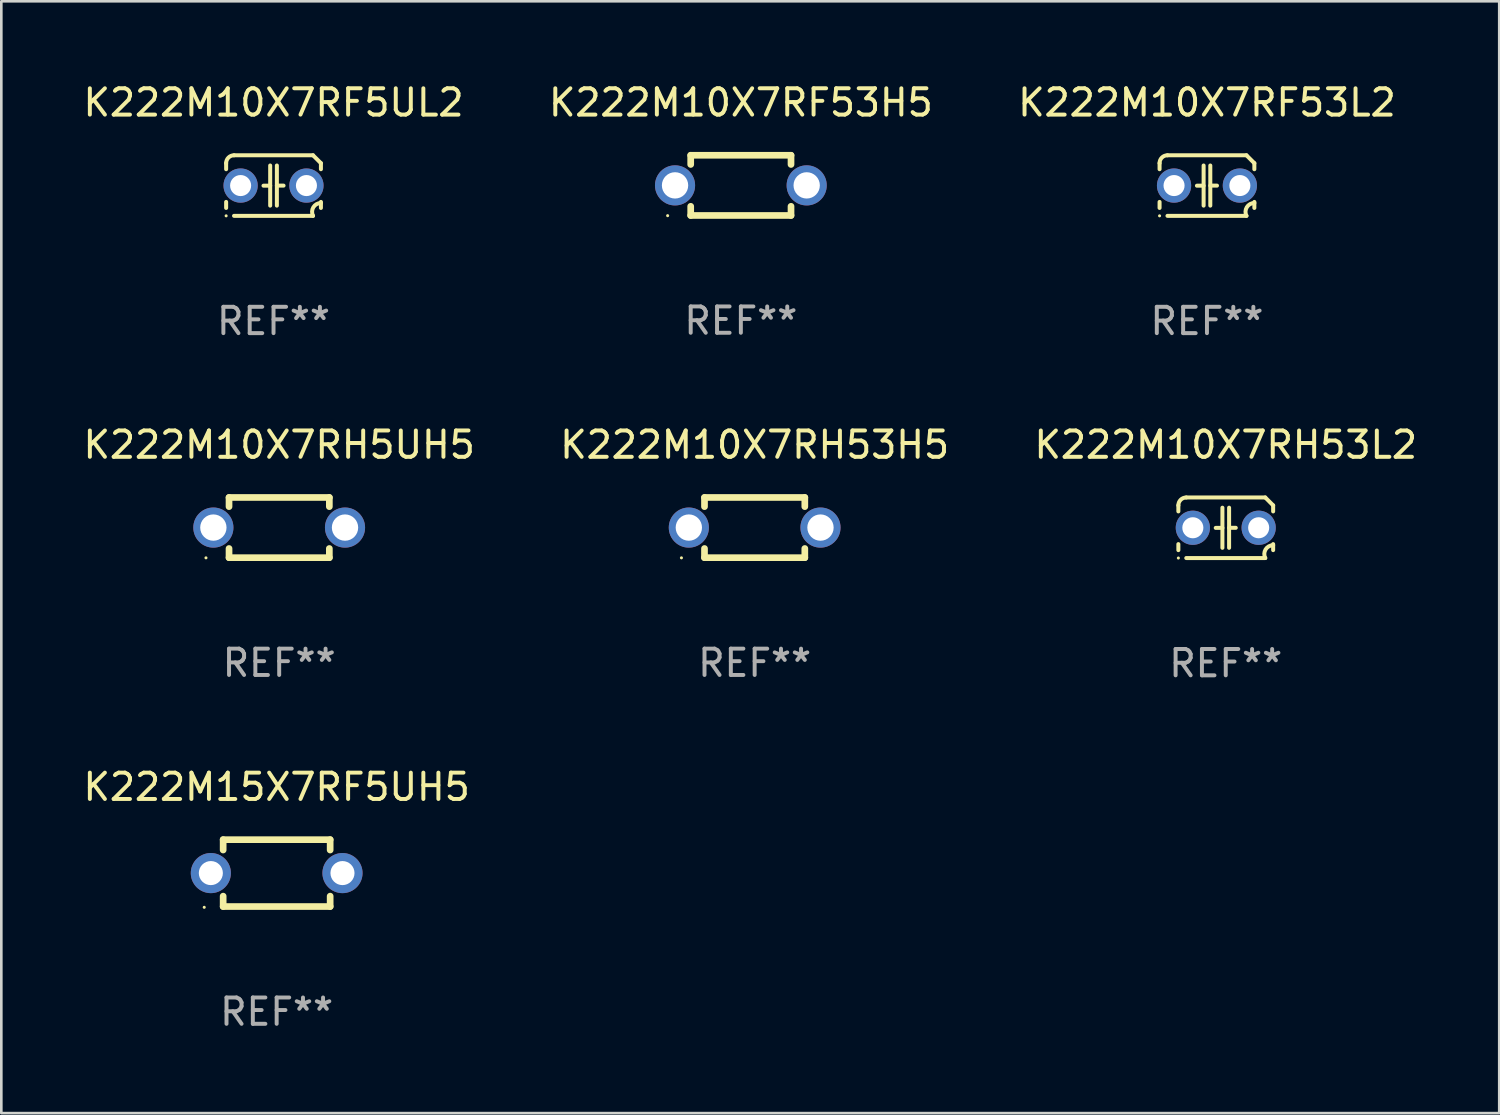
<source format=kicad_pcb>
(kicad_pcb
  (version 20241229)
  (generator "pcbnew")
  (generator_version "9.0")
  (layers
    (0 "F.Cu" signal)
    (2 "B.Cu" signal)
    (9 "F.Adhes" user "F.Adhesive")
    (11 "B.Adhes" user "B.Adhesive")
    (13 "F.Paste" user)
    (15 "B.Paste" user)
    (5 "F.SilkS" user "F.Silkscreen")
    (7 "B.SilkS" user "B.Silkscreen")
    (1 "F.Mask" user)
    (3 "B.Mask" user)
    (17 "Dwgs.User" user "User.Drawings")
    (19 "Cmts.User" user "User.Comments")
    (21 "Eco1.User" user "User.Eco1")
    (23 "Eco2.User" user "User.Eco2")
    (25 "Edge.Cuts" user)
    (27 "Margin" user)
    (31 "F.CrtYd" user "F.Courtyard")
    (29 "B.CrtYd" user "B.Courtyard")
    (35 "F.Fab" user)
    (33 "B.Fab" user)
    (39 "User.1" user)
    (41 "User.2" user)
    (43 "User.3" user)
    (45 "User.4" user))
  (footprint "K222M10X7RF5UL2"
    (layer "F.Cu")
    (at 7.339 3.998)
    (property "Reference" "K222M10X7RF5UL2" (at 0 -3.15 0) (layer "F.SilkS") (effects (font (size 1 1) (thickness 0.15))))
    (attr through_hole)
    (fp_line (start -1.8 -0.621) (end -1.8 -0.85) (stroke (width 0.152) (type solid)) (layer "F.SilkS"))
    (fp_line (start -1.8 0.85) (end -1.8 0.621) (stroke (width 0.152) (type solid)) (layer "F.SilkS"))
    (fp_line (start -1.5 -1.15) (end 1.5 -1.15) (stroke (width 0.152) (type solid)) (layer "F.SilkS"))
    (fp_line (start -0.127 -0.762) (end -0.127 0.762) (stroke (width 0.152) (type solid)) (layer "F.SilkS"))
    (fp_line (start -0.127 0.005) (end -0.381 0.005) (stroke (width 0.152) (type solid)) (layer "F.SilkS"))
    (fp_line (start 0.127 -0.762) (end 0.127 0.762) (stroke (width 0.152) (type solid)) (layer "F.SilkS"))
    (fp_line (start 0.127 0.002) (end 0.381 0.002) (stroke (width 0.152) (type solid)) (layer "F.SilkS"))
    (fp_line (start 1.5 1.15) (end -1.5 1.15) (stroke (width 0.152) (type solid)) (layer "F.SilkS"))
    (fp_line (start 1.8 -0.85) (end 1.8 -0.621) (stroke (width 0.152) (type solid)) (layer "F.SilkS"))
    (fp_line (start 1.8 0.621) (end 1.8 0.85) (stroke (width 0.152) (type solid)) (layer "F.SilkS"))
    (fp_arc (start -1.799975 -0.849987) (mid -1.712107 -1.062119) (end -1.499975 -1.149987) (stroke (width 0.151994) (type solid)) (layer "F.SilkS"))
    (fp_arc (start 1.499975 1.149987) (mid 1.513726 0.822359) (end 1.799975 0.662387) (stroke (width 0.151994) (type solid)) (layer "F.SilkS"))
    (fp_arc (start 1.500001 -1.149986) (mid 1.650015 -1.000001) (end 1.8 -0.849987) (stroke (width 0.151994) (type solid)) (layer "F.SilkS"))
    (fp_circle (center -1.8 1.15) (end -1.77 1.15) (stroke (width 0.06) (type solid)) (fill no) (layer "F.SilkS"))
    (fp_text user "REF**" (at 0 5.15 0) (layer "F.Fab") (effects (font (size 1 1) (thickness 0.15))))
    (pad "1" thru_hole circle (at -1.25 0) (size 1.3 1.3) (drill 0.8) (layers "*.Cu" "*.Mask"))
    (pad "2" thru_hole circle (at 1.25 0) (size 1.3 1.3) (drill 0.8) (layers "*.Cu" "*.Mask")))
  (footprint "K222M15X7RF5UH5"
    (layer "F.Cu")
    (at 7.458 30.111)
    (property "Reference" "K222M15X7RF5UH5" (at 0 -3.27 0) (layer "F.SilkS") (effects (font (size 1 1) (thickness 0.15))))
    (attr through_hole)
    (fp_line (start -2.032 -1.27) (end -2.032 -0.876) (stroke (width 0.254) (type solid)) (layer "F.SilkS"))
    (fp_line (start -2.032 0.876) (end -2.032 1.27) (stroke (width 0.254) (type solid)) (layer "F.SilkS"))
    (fp_line (start -2.032 1.27) (end 2.032 1.27) (stroke (width 0.254) (type solid)) (layer "F.SilkS"))
    (fp_line (start 2.032 -1.27) (end -2.032 -1.27) (stroke (width 0.254) (type solid)) (layer "F.SilkS"))
    (fp_line (start 2.032 -0.876) (end 2.032 -1.27) (stroke (width 0.254) (type solid)) (layer "F.SilkS"))
    (fp_line (start 2.032 1.27) (end 2.032 0.876) (stroke (width 0.254) (type solid)) (layer "F.SilkS"))
    (fp_circle (center -2.751 1.3) (end -2.721 1.3) (stroke (width 0.06) (type solid)) (fill no) (layer "F.SilkS"))
    (fp_text user "REF**" (at 0 5.27 0) (layer "F.Fab") (effects (font (size 1 1) (thickness 0.15))))
    (pad "1" thru_hole circle (at -2.5 0) (size 1.524 1.524) (drill 0.914) (layers "*.Cu" "*.Mask"))
    (pad "2" thru_hole circle (at 2.5 0) (size 1.524 1.524) (drill 0.914) (layers "*.Cu" "*.Mask")))
  (footprint "K222M10X7RF53H5"
    (layer "F.Cu")
    (at 25.089 3.991)
    (property "Reference" "K222M10X7RF53H5" (at 0 -3.143 0) (layer "F.SilkS") (effects (font (size 1 1) (thickness 0.15))))
    (attr through_hole)
    (fp_line (start -1.905 -1.143) (end 1.905 -1.143) (stroke (width 0.254) (type solid)) (layer "F.SilkS"))
    (fp_line (start -1.905 -0.795) (end -1.905 -1.143) (stroke (width 0.254) (type solid)) (layer "F.SilkS"))
    (fp_line (start -1.905 1.143) (end -1.905 0.795) (stroke (width 0.254) (type solid)) (layer "F.SilkS"))
    (fp_line (start 1.905 -1.143) (end 1.905 -0.795) (stroke (width 0.254) (type solid)) (layer "F.SilkS"))
    (fp_line (start 1.905 0.795) (end 1.905 1.143) (stroke (width 0.254) (type solid)) (layer "F.SilkS"))
    (fp_line (start 1.905 1.143) (end -1.905 1.143) (stroke (width 0.254) (type solid)) (layer "F.SilkS"))
    (fp_circle (center -2.781 1.15) (end -2.751 1.15) (stroke (width 0.06) (type solid)) (fill no) (layer "F.SilkS"))
    (fp_text user "REF**" (at 0 5.143 0) (layer "F.Fab") (effects (font (size 1 1) (thickness 0.15))))
    (pad "1" thru_hole circle (at -2.5 0) (size 1.524 1.524) (drill 1) (layers "*.Cu" "*.Mask"))
    (pad "2" thru_hole circle (at 2.5 0) (size 1.524 1.524) (drill 1) (layers "*.Cu" "*.Mask")))
  (footprint "K222M10X7RH53L2"
    (layer "F.Cu")
    (at 43.506 16.995)
    (property "Reference" "K222M10X7RH53L2" (at 0 -3.15 0) (layer "F.SilkS") (effects (font (size 1 1) (thickness 0.15))))
    (attr through_hole)
    (fp_line (start -1.8 -0.621) (end -1.8 -0.85) (stroke (width 0.152) (type solid)) (layer "F.SilkS"))
    (fp_line (start -1.8 0.85) (end -1.8 0.621) (stroke (width 0.152) (type solid)) (layer "F.SilkS"))
    (fp_line (start -1.5 -1.15) (end 1.5 -1.15) (stroke (width 0.152) (type solid)) (layer "F.SilkS"))
    (fp_line (start -0.127 -0.762) (end -0.127 0.762) (stroke (width 0.152) (type solid)) (layer "F.SilkS"))
    (fp_line (start -0.127 0.005) (end -0.381 0.005) (stroke (width 0.152) (type solid)) (layer "F.SilkS"))
    (fp_line (start 0.127 -0.762) (end 0.127 0.762) (stroke (width 0.152) (type solid)) (layer "F.SilkS"))
    (fp_line (start 0.127 0.002) (end 0.381 0.002) (stroke (width 0.152) (type solid)) (layer "F.SilkS"))
    (fp_line (start 1.5 1.15) (end -1.5 1.15) (stroke (width 0.152) (type solid)) (layer "F.SilkS"))
    (fp_line (start 1.8 -0.85) (end 1.8 -0.621) (stroke (width 0.152) (type solid)) (layer "F.SilkS"))
    (fp_line (start 1.8 0.621) (end 1.8 0.85) (stroke (width 0.152) (type solid)) (layer "F.SilkS"))
    (fp_arc (start -1.799975 -0.849987) (mid -1.712107 -1.062119) (end -1.499975 -1.149987) (stroke (width 0.151994) (type solid)) (layer "F.SilkS"))
    (fp_arc (start 1.499975 1.149987) (mid 1.513726 0.822359) (end 1.799975 0.662387) (stroke (width 0.151994) (type solid)) (layer "F.SilkS"))
    (fp_arc (start 1.500001 -1.149986) (mid 1.650015 -1.000001) (end 1.8 -0.849987) (stroke (width 0.151994) (type solid)) (layer "F.SilkS"))
    (fp_circle (center -1.8 1.15) (end -1.77 1.15) (stroke (width 0.06) (type solid)) (fill no) (layer "F.SilkS"))
    (fp_text user "REF**" (at 0 5.15 0) (layer "F.Fab") (effects (font (size 1 1) (thickness 0.15))))
    (pad "1" thru_hole circle (at -1.25 0) (size 1.3 1.3) (drill 0.8) (layers "*.Cu" "*.Mask"))
    (pad "2" thru_hole circle (at 1.25 0) (size 1.3 1.3) (drill 0.8) (layers "*.Cu" "*.Mask")))
  (footprint "K222M10X7RH5UH5"
    (layer "F.Cu")
    (at 7.554 16.988)
    (property "Reference" "K222M10X7RH5UH5" (at 0 -3.143 0) (layer "F.SilkS") (effects (font (size 1 1) (thickness 0.15))))
    (attr through_hole)
    (fp_line (start -1.905 -1.143) (end 1.905 -1.143) (stroke (width 0.254) (type solid)) (layer "F.SilkS"))
    (fp_line (start -1.905 -0.795) (end -1.905 -1.143) (stroke (width 0.254) (type solid)) (layer "F.SilkS"))
    (fp_line (start -1.905 1.143) (end -1.905 0.795) (stroke (width 0.254) (type solid)) (layer "F.SilkS"))
    (fp_line (start 1.905 -1.143) (end 1.905 -0.795) (stroke (width 0.254) (type solid)) (layer "F.SilkS"))
    (fp_line (start 1.905 0.795) (end 1.905 1.143) (stroke (width 0.254) (type solid)) (layer "F.SilkS"))
    (fp_line (start 1.905 1.143) (end -1.905 1.143) (stroke (width 0.254) (type solid)) (layer "F.SilkS"))
    (fp_circle (center -2.781 1.15) (end -2.751 1.15) (stroke (width 0.06) (type solid)) (fill no) (layer "F.SilkS"))
    (fp_text user "REF**" (at 0 5.143 0) (layer "F.Fab") (effects (font (size 1 1) (thickness 0.15))))
    (pad "1" thru_hole circle (at -2.5 0) (size 1.524 1.524) (drill 1) (layers "*.Cu" "*.Mask"))
    (pad "2" thru_hole circle (at 2.5 0) (size 1.524 1.524) (drill 1) (layers "*.Cu" "*.Mask")))
  (footprint "K222M10X7RF53L2"
    (layer "F.Cu")
    (at 42.792 3.998)
    (property "Reference" "K222M10X7RF53L2" (at 0 -3.15 0) (layer "F.SilkS") (effects (font (size 1 1) (thickness 0.15))))
    (attr through_hole)
    (fp_line (start -1.8 -0.621) (end -1.8 -0.85) (stroke (width 0.152) (type solid)) (layer "F.SilkS"))
    (fp_line (start -1.8 0.85) (end -1.8 0.621) (stroke (width 0.152) (type solid)) (layer "F.SilkS"))
    (fp_line (start -1.5 -1.15) (end 1.5 -1.15) (stroke (width 0.152) (type solid)) (layer "F.SilkS"))
    (fp_line (start -0.127 -0.762) (end -0.127 0.762) (stroke (width 0.152) (type solid)) (layer "F.SilkS"))
    (fp_line (start -0.127 0.005) (end -0.381 0.005) (stroke (width 0.152) (type solid)) (layer "F.SilkS"))
    (fp_line (start 0.127 -0.762) (end 0.127 0.762) (stroke (width 0.152) (type solid)) (layer "F.SilkS"))
    (fp_line (start 0.127 0.002) (end 0.381 0.002) (stroke (width 0.152) (type solid)) (layer "F.SilkS"))
    (fp_line (start 1.5 1.15) (end -1.5 1.15) (stroke (width 0.152) (type solid)) (layer "F.SilkS"))
    (fp_line (start 1.8 -0.85) (end 1.8 -0.621) (stroke (width 0.152) (type solid)) (layer "F.SilkS"))
    (fp_line (start 1.8 0.621) (end 1.8 0.85) (stroke (width 0.152) (type solid)) (layer "F.SilkS"))
    (fp_arc (start -1.799975 -0.849987) (mid -1.712107 -1.062119) (end -1.499975 -1.149987) (stroke (width 0.151994) (type solid)) (layer "F.SilkS"))
    (fp_arc (start 1.499975 1.149987) (mid 1.513726 0.822359) (end 1.799975 0.662387) (stroke (width 0.151994) (type solid)) (layer "F.SilkS"))
    (fp_arc (start 1.500001 -1.149986) (mid 1.650015 -1.000001) (end 1.8 -0.849987) (stroke (width 0.151994) (type solid)) (layer "F.SilkS"))
    (fp_circle (center -1.8 1.15) (end -1.77 1.15) (stroke (width 0.06) (type solid)) (fill no) (layer "F.SilkS"))
    (fp_text user "REF**" (at 0 5.15 0) (layer "F.Fab") (effects (font (size 1 1) (thickness 0.15))))
    (pad "1" thru_hole circle (at -1.25 0) (size 1.3 1.3) (drill 0.8) (layers "*.Cu" "*.Mask"))
    (pad "2" thru_hole circle (at 1.25 0) (size 1.3 1.3) (drill 0.8) (layers "*.Cu" "*.Mask")))
  (footprint "K222M10X7RH53H5"
    (layer "F.Cu")
    (at 25.613 16.988)
    (property "Reference" "K222M10X7RH53H5" (at 0 -3.143 0) (layer "F.SilkS") (effects (font (size 1 1) (thickness 0.15))))
    (attr through_hole)
    (fp_line (start -1.905 -1.143) (end 1.905 -1.143) (stroke (width 0.254) (type solid)) (layer "F.SilkS"))
    (fp_line (start -1.905 -0.795) (end -1.905 -1.143) (stroke (width 0.254) (type solid)) (layer "F.SilkS"))
    (fp_line (start -1.905 1.143) (end -1.905 0.795) (stroke (width 0.254) (type solid)) (layer "F.SilkS"))
    (fp_line (start 1.905 -1.143) (end 1.905 -0.795) (stroke (width 0.254) (type solid)) (layer "F.SilkS"))
    (fp_line (start 1.905 0.795) (end 1.905 1.143) (stroke (width 0.254) (type solid)) (layer "F.SilkS"))
    (fp_line (start 1.905 1.143) (end -1.905 1.143) (stroke (width 0.254) (type solid)) (layer "F.SilkS"))
    (fp_circle (center -2.781 1.15) (end -2.751 1.15) (stroke (width 0.06) (type solid)) (fill no) (layer "F.SilkS"))
    (fp_text user "REF**" (at 0 5.143 0) (layer "F.Fab") (effects (font (size 1 1) (thickness 0.15))))
    (pad "1" thru_hole circle (at -2.5 0) (size 1.524 1.524) (drill 1) (layers "*.Cu" "*.Mask"))
    (pad "2" thru_hole circle (at 2.5 0) (size 1.524 1.524) (drill 1) (layers "*.Cu" "*.Mask")))
  (gr_rect
    (start -3 -3)
    (end 53.893 39.229)
    (stroke (width 0.1) (type default))
    (fill no)
    (layer "Edge.Cuts")))
</source>
